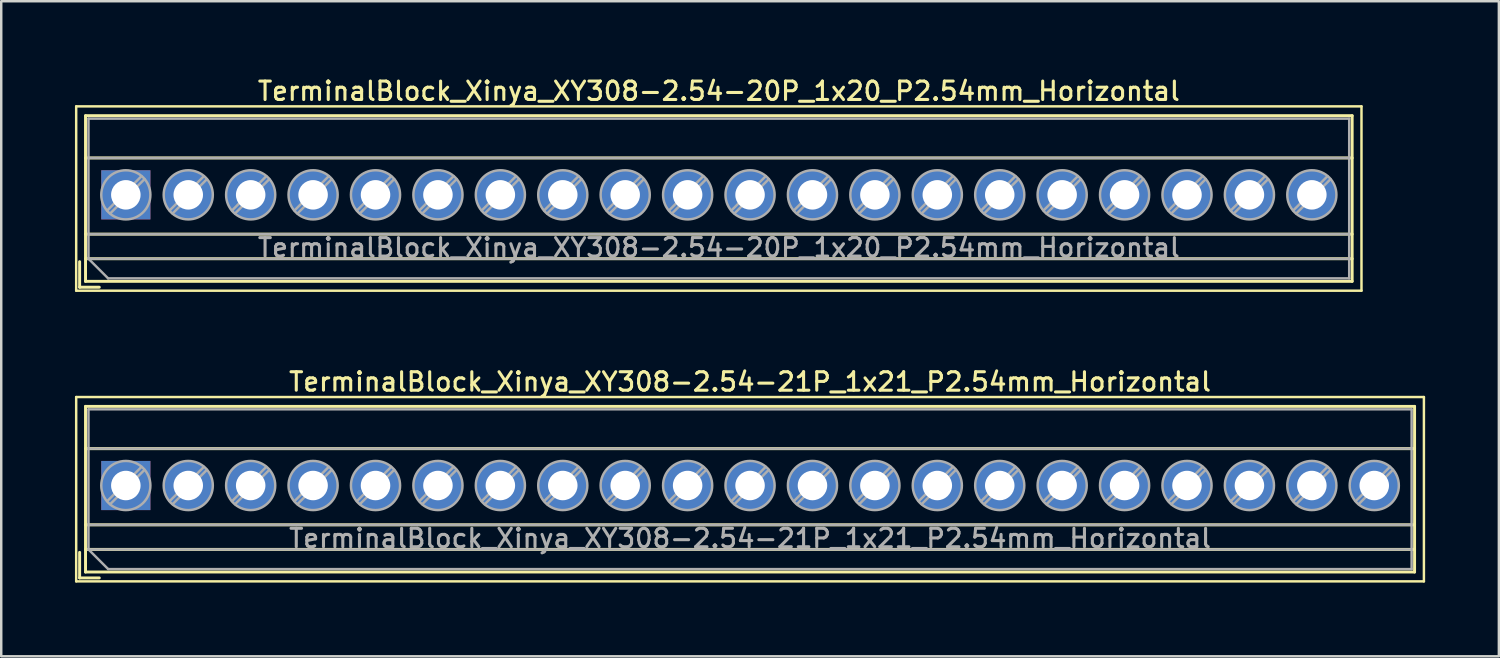
<source format=kicad_pcb>
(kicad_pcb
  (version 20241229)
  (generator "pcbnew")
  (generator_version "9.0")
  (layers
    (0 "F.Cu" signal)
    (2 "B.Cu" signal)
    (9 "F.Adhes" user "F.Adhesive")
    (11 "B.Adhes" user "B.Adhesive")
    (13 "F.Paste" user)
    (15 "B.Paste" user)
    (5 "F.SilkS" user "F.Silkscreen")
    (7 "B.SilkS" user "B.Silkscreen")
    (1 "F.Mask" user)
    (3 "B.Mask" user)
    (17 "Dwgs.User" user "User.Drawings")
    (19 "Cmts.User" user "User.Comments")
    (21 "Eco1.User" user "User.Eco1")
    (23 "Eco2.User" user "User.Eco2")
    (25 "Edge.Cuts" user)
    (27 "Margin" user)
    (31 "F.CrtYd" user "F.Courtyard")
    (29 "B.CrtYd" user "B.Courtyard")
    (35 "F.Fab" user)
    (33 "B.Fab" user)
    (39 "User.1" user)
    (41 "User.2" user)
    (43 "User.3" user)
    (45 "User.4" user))
  (footprint "TerminalBlock_Xinya_XY308-2.54-21P_1x21_P2.54mm_Horizontal"
    (layer "F.Cu")
    (at 2.07 16.706)
    (property "Reference" "TerminalBlock_Xinya_XY308-2.54-21P_1x21_P2.54mm_Horizontal" (at 25.4 -4.22 0) (layer "F.SilkS") (effects (font (size 0.75 0.75) (thickness 0.125))))
    (attr through_hole)
    (fp_line (start -2.02 -3.6) (end -2.02 3.9) (stroke (width 0.1) (type solid)) (layer "F.SilkS"))
    (fp_line (start -2.02 3.9) (end 52.82 3.9) (stroke (width 0.1) (type solid)) (layer "F.SilkS"))
    (fp_line (start -1.88 2.72) (end -1.88 3.76) (stroke (width 0.12) (type solid)) (layer "F.SilkS"))
    (fp_line (start -1.88 3.76) (end -1.08 3.76) (stroke (width 0.12) (type solid)) (layer "F.SilkS"))
    (fp_line (start -1.64 -3.22) (end -1.64 3.52) (stroke (width 0.12) (type solid)) (layer "F.SilkS"))
    (fp_line (start -1.64 -3.22) (end 52.44 -3.22) (stroke (width 0.12) (type solid)) (layer "F.SilkS"))
    (fp_line (start -1.64 -1.501) (end 52.44 -1.501) (stroke (width 0.12) (type solid)) (layer "F.SilkS"))
    (fp_line (start -1.64 1.6) (end 52.44 1.6) (stroke (width 0.12) (type solid)) (layer "F.SilkS"))
    (fp_line (start -1.64 2.6) (end 52.44 2.6) (stroke (width 0.12) (type solid)) (layer "F.SilkS"))
    (fp_line (start -1.64 3.52) (end 52.44 3.52) (stroke (width 0.12) (type solid)) (layer "F.SilkS"))
    (fp_line (start 52.44 -3.22) (end 52.44 3.52) (stroke (width 0.12) (type solid)) (layer "F.SilkS"))
    (fp_line (start 52.82 -3.6) (end -2.02 -3.6) (stroke (width 0.1) (type solid)) (layer "F.SilkS"))
    (fp_line (start 52.82 3.9) (end 52.82 -3.6) (stroke (width 0.1) (type solid)) (layer "F.SilkS"))
    (fp_line (start -1.52 -3.1) (end 52.32 -3.1) (stroke (width 0.1) (type solid)) (layer "F.Fab"))
    (fp_line (start -1.52 -1.5) (end 52.32 -1.5) (stroke (width 0.1) (type solid)) (layer "F.Fab"))
    (fp_line (start -1.52 1.6) (end 52.32 1.6) (stroke (width 0.1) (type solid)) (layer "F.Fab"))
    (fp_line (start -1.52 2.6) (end -1.52 -3.1) (stroke (width 0.1) (type solid)) (layer "F.Fab"))
    (fp_line (start -1.52 2.6) (end 52.32 2.6) (stroke (width 0.1) (type solid)) (layer "F.Fab"))
    (fp_line (start -0.72 3.4) (end -1.52 2.6) (stroke (width 0.1) (type solid)) (layer "F.Fab"))
    (fp_line (start 0.637 -0.759) (end -0.759 0.637) (stroke (width 0.1) (type solid)) (layer "F.Fab"))
    (fp_line (start 0.759 -0.637) (end -0.637 0.759) (stroke (width 0.1) (type solid)) (layer "F.Fab"))
    (fp_line (start 3.177 -0.759) (end 1.782 0.637) (stroke (width 0.1) (type solid)) (layer "F.Fab"))
    (fp_line (start 3.299 -0.637) (end 1.904 0.759) (stroke (width 0.1) (type solid)) (layer "F.Fab"))
    (fp_line (start 5.717 -0.759) (end 4.322 0.637) (stroke (width 0.1) (type solid)) (layer "F.Fab"))
    (fp_line (start 5.839 -0.637) (end 4.444 0.759) (stroke (width 0.1) (type solid)) (layer "F.Fab"))
    (fp_line (start 8.257 -0.759) (end 6.862 0.637) (stroke (width 0.1) (type solid)) (layer "F.Fab"))
    (fp_line (start 8.379 -0.637) (end 6.984 0.759) (stroke (width 0.1) (type solid)) (layer "F.Fab"))
    (fp_line (start 10.797 -0.759) (end 9.402 0.637) (stroke (width 0.1) (type solid)) (layer "F.Fab"))
    (fp_line (start 10.919 -0.637) (end 9.524 0.759) (stroke (width 0.1) (type solid)) (layer "F.Fab"))
    (fp_line (start 13.337 -0.759) (end 11.942 0.637) (stroke (width 0.1) (type solid)) (layer "F.Fab"))
    (fp_line (start 13.459 -0.637) (end 12.064 0.759) (stroke (width 0.1) (type solid)) (layer "F.Fab"))
    (fp_line (start 15.877 -0.759) (end 14.482 0.637) (stroke (width 0.1) (type solid)) (layer "F.Fab"))
    (fp_line (start 15.999 -0.637) (end 14.604 0.759) (stroke (width 0.1) (type solid)) (layer "F.Fab"))
    (fp_line (start 18.417 -0.759) (end 17.022 0.637) (stroke (width 0.1) (type solid)) (layer "F.Fab"))
    (fp_line (start 18.539 -0.637) (end 17.144 0.759) (stroke (width 0.1) (type solid)) (layer "F.Fab"))
    (fp_line (start 20.957 -0.759) (end 19.562 0.637) (stroke (width 0.1) (type solid)) (layer "F.Fab"))
    (fp_line (start 21.079 -0.637) (end 19.684 0.759) (stroke (width 0.1) (type solid)) (layer "F.Fab"))
    (fp_line (start 23.497 -0.759) (end 22.102 0.637) (stroke (width 0.1) (type solid)) (layer "F.Fab"))
    (fp_line (start 23.619 -0.637) (end 22.224 0.759) (stroke (width 0.1) (type solid)) (layer "F.Fab"))
    (fp_line (start 26.037 -0.759) (end 24.642 0.637) (stroke (width 0.1) (type solid)) (layer "F.Fab"))
    (fp_line (start 26.159 -0.637) (end 24.764 0.759) (stroke (width 0.1) (type solid)) (layer "F.Fab"))
    (fp_line (start 28.577 -0.759) (end 27.182 0.637) (stroke (width 0.1) (type solid)) (layer "F.Fab"))
    (fp_line (start 28.699 -0.637) (end 27.304 0.759) (stroke (width 0.1) (type solid)) (layer "F.Fab"))
    (fp_line (start 31.117 -0.759) (end 29.722 0.637) (stroke (width 0.1) (type solid)) (layer "F.Fab"))
    (fp_line (start 31.239 -0.637) (end 29.844 0.759) (stroke (width 0.1) (type solid)) (layer "F.Fab"))
    (fp_line (start 33.657 -0.759) (end 32.262 0.637) (stroke (width 0.1) (type solid)) (layer "F.Fab"))
    (fp_line (start 33.779 -0.637) (end 32.384 0.759) (stroke (width 0.1) (type solid)) (layer "F.Fab"))
    (fp_line (start 36.197 -0.759) (end 34.802 0.637) (stroke (width 0.1) (type solid)) (layer "F.Fab"))
    (fp_line (start 36.319 -0.637) (end 34.924 0.759) (stroke (width 0.1) (type solid)) (layer "F.Fab"))
    (fp_line (start 38.737 -0.759) (end 37.342 0.637) (stroke (width 0.1) (type solid)) (layer "F.Fab"))
    (fp_line (start 38.859 -0.637) (end 37.464 0.759) (stroke (width 0.1) (type solid)) (layer "F.Fab"))
    (fp_line (start 41.277 -0.759) (end 39.882 0.637) (stroke (width 0.1) (type solid)) (layer "F.Fab"))
    (fp_line (start 41.399 -0.637) (end 40.004 0.759) (stroke (width 0.1) (type solid)) (layer "F.Fab"))
    (fp_line (start 43.817 -0.759) (end 42.422 0.637) (stroke (width 0.1) (type solid)) (layer "F.Fab"))
    (fp_line (start 43.939 -0.637) (end 42.544 0.759) (stroke (width 0.1) (type solid)) (layer "F.Fab"))
    (fp_line (start 46.357 -0.759) (end 44.962 0.637) (stroke (width 0.1) (type solid)) (layer "F.Fab"))
    (fp_line (start 46.479 -0.637) (end 45.084 0.759) (stroke (width 0.1) (type solid)) (layer "F.Fab"))
    (fp_line (start 48.897 -0.759) (end 47.502 0.637) (stroke (width 0.1) (type solid)) (layer "F.Fab"))
    (fp_line (start 49.019 -0.637) (end 47.624 0.759) (stroke (width 0.1) (type solid)) (layer "F.Fab"))
    (fp_line (start 51.437 -0.759) (end 50.042 0.637) (stroke (width 0.1) (type solid)) (layer "F.Fab"))
    (fp_line (start 51.559 -0.637) (end 50.164 0.759) (stroke (width 0.1) (type solid)) (layer "F.Fab"))
    (fp_line (start 52.32 -3.1) (end 52.32 3.4) (stroke (width 0.1) (type solid)) (layer "F.Fab"))
    (fp_line (start 52.32 3.4) (end -0.72 3.4) (stroke (width 0.1) (type solid)) (layer "F.Fab"))
    (fp_circle (center 0 0) (end 1 0) (stroke (width 0.1) (type solid)) (fill no) (layer "F.Fab"))
    (fp_circle (center 2.54 0) (end 3.54 0) (stroke (width 0.1) (type solid)) (fill no) (layer "F.Fab"))
    (fp_circle (center 5.08 0) (end 6.08 0) (stroke (width 0.1) (type solid)) (fill no) (layer "F.Fab"))
    (fp_circle (center 7.62 0) (end 8.62 0) (stroke (width 0.1) (type solid)) (fill no) (layer "F.Fab"))
    (fp_circle (center 10.16 0) (end 11.16 0) (stroke (width 0.1) (type solid)) (fill no) (layer "F.Fab"))
    (fp_circle (center 12.7 0) (end 13.7 0) (stroke (width 0.1) (type solid)) (fill no) (layer "F.Fab"))
    (fp_circle (center 15.24 0) (end 16.24 0) (stroke (width 0.1) (type solid)) (fill no) (layer "F.Fab"))
    (fp_circle (center 17.78 0) (end 18.78 0) (stroke (width 0.1) (type solid)) (fill no) (layer "F.Fab"))
    (fp_circle (center 20.32 0) (end 21.32 0) (stroke (width 0.1) (type solid)) (fill no) (layer "F.Fab"))
    (fp_circle (center 22.86 0) (end 23.86 0) (stroke (width 0.1) (type solid)) (fill no) (layer "F.Fab"))
    (fp_circle (center 25.4 0) (end 26.4 0) (stroke (width 0.1) (type solid)) (fill no) (layer "F.Fab"))
    (fp_circle (center 27.94 0) (end 28.94 0) (stroke (width 0.1) (type solid)) (fill no) (layer "F.Fab"))
    (fp_circle (center 30.48 0) (end 31.48 0) (stroke (width 0.1) (type solid)) (fill no) (layer "F.Fab"))
    (fp_circle (center 33.02 0) (end 34.02 0) (stroke (width 0.1) (type solid)) (fill no) (layer "F.Fab"))
    (fp_circle (center 35.56 0) (end 36.56 0) (stroke (width 0.1) (type solid)) (fill no) (layer "F.Fab"))
    (fp_circle (center 38.1 0) (end 39.1 0) (stroke (width 0.1) (type solid)) (fill no) (layer "F.Fab"))
    (fp_circle (center 40.64 0) (end 41.64 0) (stroke (width 0.1) (type solid)) (fill no) (layer "F.Fab"))
    (fp_circle (center 43.18 0) (end 44.18 0) (stroke (width 0.1) (type solid)) (fill no) (layer "F.Fab"))
    (fp_circle (center 45.72 0) (end 46.72 0) (stroke (width 0.1) (type solid)) (fill no) (layer "F.Fab"))
    (fp_circle (center 48.26 0) (end 49.26 0) (stroke (width 0.1) (type solid)) (fill no) (layer "F.Fab"))
    (fp_circle (center 50.8 0) (end 51.8 0) (stroke (width 0.1) (type solid)) (fill no) (layer "F.Fab"))
    (fp_text user "${REFERENCE}" (at 25.4 2.15 0) (layer "F.Fab") (effects (font (size 0.75 0.75) (thickness 0.125))))
    (pad "1" thru_hole rect (at 0 0) (size 2 2) (drill 1.2) (layers "*.Cu" "*.Mask"))
    (pad "2" thru_hole circle (at 2.54 0) (size 2 2) (drill 1.2) (layers "*.Cu" "*.Mask"))
    (pad "3" thru_hole circle (at 5.08 0) (size 2 2) (drill 1.2) (layers "*.Cu" "*.Mask"))
    (pad "4" thru_hole circle (at 7.62 0) (size 2 2) (drill 1.2) (layers "*.Cu" "*.Mask"))
    (pad "5" thru_hole circle (at 10.16 0) (size 2 2) (drill 1.2) (layers "*.Cu" "*.Mask"))
    (pad "6" thru_hole circle (at 12.7 0) (size 2 2) (drill 1.2) (layers "*.Cu" "*.Mask"))
    (pad "7" thru_hole circle (at 15.24 0) (size 2 2) (drill 1.2) (layers "*.Cu" "*.Mask"))
    (pad "8" thru_hole circle (at 17.78 0) (size 2 2) (drill 1.2) (layers "*.Cu" "*.Mask"))
    (pad "9" thru_hole circle (at 20.32 0) (size 2 2) (drill 1.2) (layers "*.Cu" "*.Mask"))
    (pad "10" thru_hole circle (at 22.86 0) (size 2 2) (drill 1.2) (layers "*.Cu" "*.Mask"))
    (pad "11" thru_hole circle (at 25.4 0) (size 2 2) (drill 1.2) (layers "*.Cu" "*.Mask"))
    (pad "12" thru_hole circle (at 27.94 0) (size 2 2) (drill 1.2) (layers "*.Cu" "*.Mask"))
    (pad "13" thru_hole circle (at 30.48 0) (size 2 2) (drill 1.2) (layers "*.Cu" "*.Mask"))
    (pad "14" thru_hole circle (at 33.02 0) (size 2 2) (drill 1.2) (layers "*.Cu" "*.Mask"))
    (pad "15" thru_hole circle (at 35.56 0) (size 2 2) (drill 1.2) (layers "*.Cu" "*.Mask"))
    (pad "16" thru_hole circle (at 38.1 0) (size 2 2) (drill 1.2) (layers "*.Cu" "*.Mask"))
    (pad "17" thru_hole circle (at 40.64 0) (size 2 2) (drill 1.2) (layers "*.Cu" "*.Mask"))
    (pad "18" thru_hole circle (at 43.18 0) (size 2 2) (drill 1.2) (layers "*.Cu" "*.Mask"))
    (pad "19" thru_hole circle (at 45.72 0) (size 2 2) (drill 1.2) (layers "*.Cu" "*.Mask"))
    (pad "20" thru_hole circle (at 48.26 0) (size 2 2) (drill 1.2) (layers "*.Cu" "*.Mask"))
    (pad "21" thru_hole circle (at 50.8 0) (size 2 2) (drill 1.2) (layers "*.Cu" "*.Mask")))
  (footprint "TerminalBlock_Xinya_XY308-2.54-20P_1x20_P2.54mm_Horizontal"
    (layer "F.Cu")
    (at 2.07 4.878)
    (property "Reference" "TerminalBlock_Xinya_XY308-2.54-20P_1x20_P2.54mm_Horizontal" (at 24.13 -4.22 0) (layer "F.SilkS") (effects (font (size 0.75 0.75) (thickness 0.125))))
    (attr through_hole)
    (fp_line (start -2.02 -3.6) (end -2.02 3.9) (stroke (width 0.1) (type solid)) (layer "F.SilkS"))
    (fp_line (start -2.02 3.9) (end 50.28 3.9) (stroke (width 0.1) (type solid)) (layer "F.SilkS"))
    (fp_line (start -1.88 2.72) (end -1.88 3.76) (stroke (width 0.12) (type solid)) (layer "F.SilkS"))
    (fp_line (start -1.88 3.76) (end -1.08 3.76) (stroke (width 0.12) (type solid)) (layer "F.SilkS"))
    (fp_line (start -1.64 -3.22) (end -1.64 3.52) (stroke (width 0.12) (type solid)) (layer "F.SilkS"))
    (fp_line (start -1.64 -3.22) (end 49.9 -3.22) (stroke (width 0.12) (type solid)) (layer "F.SilkS"))
    (fp_line (start -1.64 -1.501) (end 49.9 -1.501) (stroke (width 0.12) (type solid)) (layer "F.SilkS"))
    (fp_line (start -1.64 1.6) (end 49.9 1.6) (stroke (width 0.12) (type solid)) (layer "F.SilkS"))
    (fp_line (start -1.64 2.6) (end 49.9 2.6) (stroke (width 0.12) (type solid)) (layer "F.SilkS"))
    (fp_line (start -1.64 3.52) (end 49.9 3.52) (stroke (width 0.12) (type solid)) (layer "F.SilkS"))
    (fp_line (start 49.9 -3.22) (end 49.9 3.52) (stroke (width 0.12) (type solid)) (layer "F.SilkS"))
    (fp_line (start 50.28 -3.6) (end -2.02 -3.6) (stroke (width 0.1) (type solid)) (layer "F.SilkS"))
    (fp_line (start 50.28 3.9) (end 50.28 -3.6) (stroke (width 0.1) (type solid)) (layer "F.SilkS"))
    (fp_line (start -1.52 -3.1) (end 49.78 -3.1) (stroke (width 0.1) (type solid)) (layer "F.Fab"))
    (fp_line (start -1.52 -1.5) (end 49.78 -1.5) (stroke (width 0.1) (type solid)) (layer "F.Fab"))
    (fp_line (start -1.52 1.6) (end 49.78 1.6) (stroke (width 0.1) (type solid)) (layer "F.Fab"))
    (fp_line (start -1.52 2.6) (end -1.52 -3.1) (stroke (width 0.1) (type solid)) (layer "F.Fab"))
    (fp_line (start -1.52 2.6) (end 49.78 2.6) (stroke (width 0.1) (type solid)) (layer "F.Fab"))
    (fp_line (start -0.72 3.4) (end -1.52 2.6) (stroke (width 0.1) (type solid)) (layer "F.Fab"))
    (fp_line (start 0.637 -0.759) (end -0.759 0.637) (stroke (width 0.1) (type solid)) (layer "F.Fab"))
    (fp_line (start 0.759 -0.637) (end -0.637 0.759) (stroke (width 0.1) (type solid)) (layer "F.Fab"))
    (fp_line (start 3.177 -0.759) (end 1.782 0.637) (stroke (width 0.1) (type solid)) (layer "F.Fab"))
    (fp_line (start 3.299 -0.637) (end 1.904 0.759) (stroke (width 0.1) (type solid)) (layer "F.Fab"))
    (fp_line (start 5.717 -0.759) (end 4.322 0.637) (stroke (width 0.1) (type solid)) (layer "F.Fab"))
    (fp_line (start 5.839 -0.637) (end 4.444 0.759) (stroke (width 0.1) (type solid)) (layer "F.Fab"))
    (fp_line (start 8.257 -0.759) (end 6.862 0.637) (stroke (width 0.1) (type solid)) (layer "F.Fab"))
    (fp_line (start 8.379 -0.637) (end 6.984 0.759) (stroke (width 0.1) (type solid)) (layer "F.Fab"))
    (fp_line (start 10.797 -0.759) (end 9.402 0.637) (stroke (width 0.1) (type solid)) (layer "F.Fab"))
    (fp_line (start 10.919 -0.637) (end 9.524 0.759) (stroke (width 0.1) (type solid)) (layer "F.Fab"))
    (fp_line (start 13.337 -0.759) (end 11.942 0.637) (stroke (width 0.1) (type solid)) (layer "F.Fab"))
    (fp_line (start 13.459 -0.637) (end 12.064 0.759) (stroke (width 0.1) (type solid)) (layer "F.Fab"))
    (fp_line (start 15.877 -0.759) (end 14.482 0.637) (stroke (width 0.1) (type solid)) (layer "F.Fab"))
    (fp_line (start 15.999 -0.637) (end 14.604 0.759) (stroke (width 0.1) (type solid)) (layer "F.Fab"))
    (fp_line (start 18.417 -0.759) (end 17.022 0.637) (stroke (width 0.1) (type solid)) (layer "F.Fab"))
    (fp_line (start 18.539 -0.637) (end 17.144 0.759) (stroke (width 0.1) (type solid)) (layer "F.Fab"))
    (fp_line (start 20.957 -0.759) (end 19.562 0.637) (stroke (width 0.1) (type solid)) (layer "F.Fab"))
    (fp_line (start 21.079 -0.637) (end 19.684 0.759) (stroke (width 0.1) (type solid)) (layer "F.Fab"))
    (fp_line (start 23.497 -0.759) (end 22.102 0.637) (stroke (width 0.1) (type solid)) (layer "F.Fab"))
    (fp_line (start 23.619 -0.637) (end 22.224 0.759) (stroke (width 0.1) (type solid)) (layer "F.Fab"))
    (fp_line (start 26.037 -0.759) (end 24.642 0.637) (stroke (width 0.1) (type solid)) (layer "F.Fab"))
    (fp_line (start 26.159 -0.637) (end 24.764 0.759) (stroke (width 0.1) (type solid)) (layer "F.Fab"))
    (fp_line (start 28.577 -0.759) (end 27.182 0.637) (stroke (width 0.1) (type solid)) (layer "F.Fab"))
    (fp_line (start 28.699 -0.637) (end 27.304 0.759) (stroke (width 0.1) (type solid)) (layer "F.Fab"))
    (fp_line (start 31.117 -0.759) (end 29.722 0.637) (stroke (width 0.1) (type solid)) (layer "F.Fab"))
    (fp_line (start 31.239 -0.637) (end 29.844 0.759) (stroke (width 0.1) (type solid)) (layer "F.Fab"))
    (fp_line (start 33.657 -0.759) (end 32.262 0.637) (stroke (width 0.1) (type solid)) (layer "F.Fab"))
    (fp_line (start 33.779 -0.637) (end 32.384 0.759) (stroke (width 0.1) (type solid)) (layer "F.Fab"))
    (fp_line (start 36.197 -0.759) (end 34.802 0.637) (stroke (width 0.1) (type solid)) (layer "F.Fab"))
    (fp_line (start 36.319 -0.637) (end 34.924 0.759) (stroke (width 0.1) (type solid)) (layer "F.Fab"))
    (fp_line (start 38.737 -0.759) (end 37.342 0.637) (stroke (width 0.1) (type solid)) (layer "F.Fab"))
    (fp_line (start 38.859 -0.637) (end 37.464 0.759) (stroke (width 0.1) (type solid)) (layer "F.Fab"))
    (fp_line (start 41.277 -0.759) (end 39.882 0.637) (stroke (width 0.1) (type solid)) (layer "F.Fab"))
    (fp_line (start 41.399 -0.637) (end 40.004 0.759) (stroke (width 0.1) (type solid)) (layer "F.Fab"))
    (fp_line (start 43.817 -0.759) (end 42.422 0.637) (stroke (width 0.1) (type solid)) (layer "F.Fab"))
    (fp_line (start 43.939 -0.637) (end 42.544 0.759) (stroke (width 0.1) (type solid)) (layer "F.Fab"))
    (fp_line (start 46.357 -0.759) (end 44.962 0.637) (stroke (width 0.1) (type solid)) (layer "F.Fab"))
    (fp_line (start 46.479 -0.637) (end 45.084 0.759) (stroke (width 0.1) (type solid)) (layer "F.Fab"))
    (fp_line (start 48.897 -0.759) (end 47.502 0.637) (stroke (width 0.1) (type solid)) (layer "F.Fab"))
    (fp_line (start 49.019 -0.637) (end 47.624 0.759) (stroke (width 0.1) (type solid)) (layer "F.Fab"))
    (fp_line (start 49.78 -3.1) (end 49.78 3.4) (stroke (width 0.1) (type solid)) (layer "F.Fab"))
    (fp_line (start 49.78 3.4) (end -0.72 3.4) (stroke (width 0.1) (type solid)) (layer "F.Fab"))
    (fp_circle (center 0 0) (end 1 0) (stroke (width 0.1) (type solid)) (fill no) (layer "F.Fab"))
    (fp_circle (center 2.54 0) (end 3.54 0) (stroke (width 0.1) (type solid)) (fill no) (layer "F.Fab"))
    (fp_circle (center 5.08 0) (end 6.08 0) (stroke (width 0.1) (type solid)) (fill no) (layer "F.Fab"))
    (fp_circle (center 7.62 0) (end 8.62 0) (stroke (width 0.1) (type solid)) (fill no) (layer "F.Fab"))
    (fp_circle (center 10.16 0) (end 11.16 0) (stroke (width 0.1) (type solid)) (fill no) (layer "F.Fab"))
    (fp_circle (center 12.7 0) (end 13.7 0) (stroke (width 0.1) (type solid)) (fill no) (layer "F.Fab"))
    (fp_circle (center 15.24 0) (end 16.24 0) (stroke (width 0.1) (type solid)) (fill no) (layer "F.Fab"))
    (fp_circle (center 17.78 0) (end 18.78 0) (stroke (width 0.1) (type solid)) (fill no) (layer "F.Fab"))
    (fp_circle (center 20.32 0) (end 21.32 0) (stroke (width 0.1) (type solid)) (fill no) (layer "F.Fab"))
    (fp_circle (center 22.86 0) (end 23.86 0) (stroke (width 0.1) (type solid)) (fill no) (layer "F.Fab"))
    (fp_circle (center 25.4 0) (end 26.4 0) (stroke (width 0.1) (type solid)) (fill no) (layer "F.Fab"))
    (fp_circle (center 27.94 0) (end 28.94 0) (stroke (width 0.1) (type solid)) (fill no) (layer "F.Fab"))
    (fp_circle (center 30.48 0) (end 31.48 0) (stroke (width 0.1) (type solid)) (fill no) (layer "F.Fab"))
    (fp_circle (center 33.02 0) (end 34.02 0) (stroke (width 0.1) (type solid)) (fill no) (layer "F.Fab"))
    (fp_circle (center 35.56 0) (end 36.56 0) (stroke (width 0.1) (type solid)) (fill no) (layer "F.Fab"))
    (fp_circle (center 38.1 0) (end 39.1 0) (stroke (width 0.1) (type solid)) (fill no) (layer "F.Fab"))
    (fp_circle (center 40.64 0) (end 41.64 0) (stroke (width 0.1) (type solid)) (fill no) (layer "F.Fab"))
    (fp_circle (center 43.18 0) (end 44.18 0) (stroke (width 0.1) (type solid)) (fill no) (layer "F.Fab"))
    (fp_circle (center 45.72 0) (end 46.72 0) (stroke (width 0.1) (type solid)) (fill no) (layer "F.Fab"))
    (fp_circle (center 48.26 0) (end 49.26 0) (stroke (width 0.1) (type solid)) (fill no) (layer "F.Fab"))
    (fp_text user "${REFERENCE}" (at 24.13 2.15 0) (layer "F.Fab") (effects (font (size 0.75 0.75) (thickness 0.125))))
    (pad "1" thru_hole rect (at 0 0) (size 2 2) (drill 1.2) (layers "*.Cu" "*.Mask"))
    (pad "2" thru_hole circle (at 2.54 0) (size 2 2) (drill 1.2) (layers "*.Cu" "*.Mask"))
    (pad "3" thru_hole circle (at 5.08 0) (size 2 2) (drill 1.2) (layers "*.Cu" "*.Mask"))
    (pad "4" thru_hole circle (at 7.62 0) (size 2 2) (drill 1.2) (layers "*.Cu" "*.Mask"))
    (pad "5" thru_hole circle (at 10.16 0) (size 2 2) (drill 1.2) (layers "*.Cu" "*.Mask"))
    (pad "6" thru_hole circle (at 12.7 0) (size 2 2) (drill 1.2) (layers "*.Cu" "*.Mask"))
    (pad "7" thru_hole circle (at 15.24 0) (size 2 2) (drill 1.2) (layers "*.Cu" "*.Mask"))
    (pad "8" thru_hole circle (at 17.78 0) (size 2 2) (drill 1.2) (layers "*.Cu" "*.Mask"))
    (pad "9" thru_hole circle (at 20.32 0) (size 2 2) (drill 1.2) (layers "*.Cu" "*.Mask"))
    (pad "10" thru_hole circle (at 22.86 0) (size 2 2) (drill 1.2) (layers "*.Cu" "*.Mask"))
    (pad "11" thru_hole circle (at 25.4 0) (size 2 2) (drill 1.2) (layers "*.Cu" "*.Mask"))
    (pad "12" thru_hole circle (at 27.94 0) (size 2 2) (drill 1.2) (layers "*.Cu" "*.Mask"))
    (pad "13" thru_hole circle (at 30.48 0) (size 2 2) (drill 1.2) (layers "*.Cu" "*.Mask"))
    (pad "14" thru_hole circle (at 33.02 0) (size 2 2) (drill 1.2) (layers "*.Cu" "*.Mask"))
    (pad "15" thru_hole circle (at 35.56 0) (size 2 2) (drill 1.2) (layers "*.Cu" "*.Mask"))
    (pad "16" thru_hole circle (at 38.1 0) (size 2 2) (drill 1.2) (layers "*.Cu" "*.Mask"))
    (pad "17" thru_hole circle (at 40.64 0) (size 2 2) (drill 1.2) (layers "*.Cu" "*.Mask"))
    (pad "18" thru_hole circle (at 43.18 0) (size 2 2) (drill 1.2) (layers "*.Cu" "*.Mask"))
    (pad "19" thru_hole circle (at 45.72 0) (size 2 2) (drill 1.2) (layers "*.Cu" "*.Mask"))
    (pad "20" thru_hole circle (at 48.26 0) (size 2 2) (drill 1.2) (layers "*.Cu" "*.Mask")))
  (gr_rect
    (start -3 -3)
    (end 57.94 23.656)
    (stroke (width 0.1) (type default))
    (fill no)
    (layer "Edge.Cuts")))
</source>
